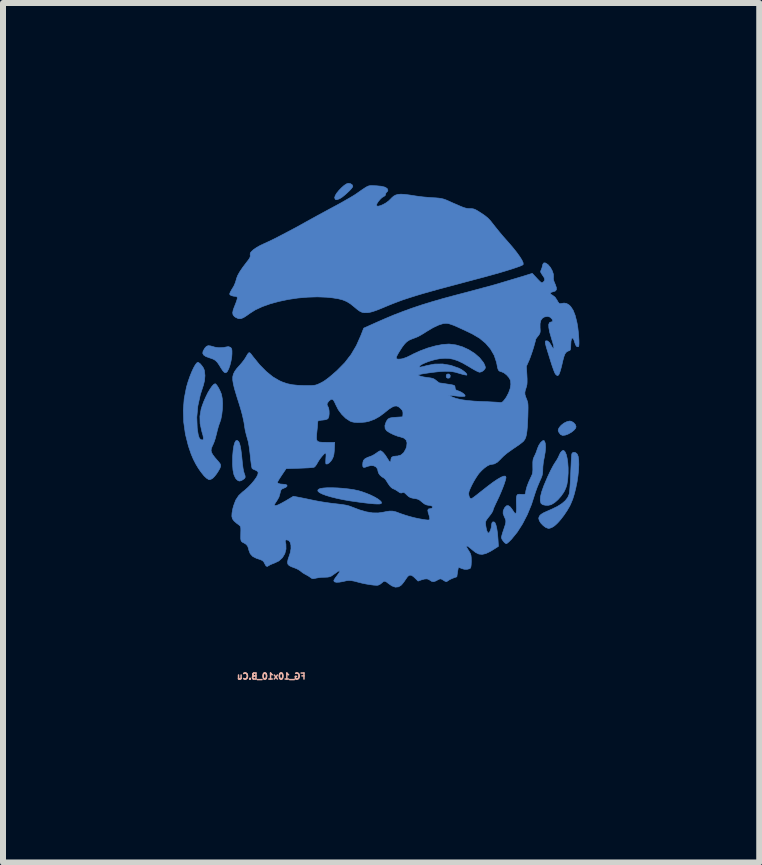
<source format=kicad_pcb>
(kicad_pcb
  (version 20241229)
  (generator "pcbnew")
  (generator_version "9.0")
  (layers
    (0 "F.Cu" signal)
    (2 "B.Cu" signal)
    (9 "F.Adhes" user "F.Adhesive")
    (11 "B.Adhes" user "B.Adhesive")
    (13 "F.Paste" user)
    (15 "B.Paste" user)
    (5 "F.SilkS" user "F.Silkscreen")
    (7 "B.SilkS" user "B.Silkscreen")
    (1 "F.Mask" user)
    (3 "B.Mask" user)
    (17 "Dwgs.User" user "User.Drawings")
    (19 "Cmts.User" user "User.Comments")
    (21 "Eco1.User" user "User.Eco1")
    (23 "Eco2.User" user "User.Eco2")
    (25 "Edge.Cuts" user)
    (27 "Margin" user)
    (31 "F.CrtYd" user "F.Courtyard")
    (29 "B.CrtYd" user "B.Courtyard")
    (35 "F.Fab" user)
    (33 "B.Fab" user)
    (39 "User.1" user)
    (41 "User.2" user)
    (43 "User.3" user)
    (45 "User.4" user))
  (footprint "FG_10x10_B.Cu"
    (layer "F.Cu")
    (at 3.351 3.167)
    (property "Reference" "FG_10x10_B.Cu" (at -1.88 5.055 180) (layer "B.SilkS") (effects (font (size 0.1 0.1) (thickness 0.025)) (justify mirror)))
    (attr through_hole)
    (fp_poly (pts (xy 1.041 0.026) (xy 1.035 0.051) (xy 1.042 0.077) (xy 1.064 0.087) (xy 1.09 0.082) (xy 1.1 0.071) (xy 1.103 0.039) (xy 1.088 0.019) (xy 1.064 0.015) (xy 1.041 0.026)) (stroke (width 0.01) (type solid)) (fill yes) (layer "B.Cu"))
    (fp_poly (pts (xy 3.049 0.81) (xy 2.998 0.835) (xy 2.952 0.871) (xy 2.921 0.907) (xy 2.905 0.937) (xy 2.902 0.959) (xy 2.911 0.983) (xy 2.914 0.988) (xy 2.94 1.024) (xy 2.975 1.04) (xy 3.02 1.035) (xy 3.067 1.018) (xy 3.121 0.988) (xy 3.164 0.954) (xy 3.192 0.921) (xy 3.2 0.896) (xy 3.189 0.861) (xy 3.161 0.829) (xy 3.124 0.806) (xy 3.095 0.8) (xy 3.049 0.81)) (stroke (width 0.01) (type solid)) (fill yes) (layer "B.Cu"))
    (fp_poly (pts (xy -0.625 -3.153) (xy -0.665 -3.127) (xy -0.708 -3.089) (xy -0.75 -3.046) (xy -0.787 -3.001) (xy -0.813 -2.959) (xy -0.823 -2.925) (xy -0.823 -2.919) (xy -0.813 -2.894) (xy -0.789 -2.888) (xy -0.75 -2.901) (xy -0.734 -2.909) (xy -0.699 -2.931) (xy -0.658 -2.964) (xy -0.615 -3.002) (xy -0.575 -3.04) (xy -0.543 -3.075) (xy -0.524 -3.102) (xy -0.521 -3.113) (xy -0.532 -3.138) (xy -0.56 -3.156) (xy -0.594 -3.162) (xy -0.625 -3.153)) (stroke (width 0.01) (type solid)) (fill yes) (layer "B.Cu"))
    (fp_poly (pts (xy -2.47 1.129) (xy -2.488 1.16) (xy -2.503 1.212) (xy -2.515 1.287) (xy -2.523 1.381) (xy -2.524 1.404) (xy -2.525 1.521) (xy -2.518 1.618) (xy -2.502 1.695) (xy -2.477 1.75) (xy -2.463 1.768) (xy -2.433 1.794) (xy -2.407 1.801) (xy -2.375 1.791) (xy -2.353 1.778) (xy -2.325 1.758) (xy -2.314 1.736) (xy -2.318 1.706) (xy -2.331 1.671) (xy -2.34 1.639) (xy -2.35 1.589) (xy -2.358 1.529) (xy -2.363 1.482) (xy -2.374 1.371) (xy -2.385 1.284) (xy -2.397 1.218) (xy -2.409 1.172) (xy -2.423 1.143) (xy -2.425 1.14) (xy -2.449 1.123) (xy -2.47 1.129)) (stroke (width 0.01) (type solid)) (fill yes) (layer "B.Cu"))
    (fp_poly (pts (xy -0.945 1.912) (xy -1.013 1.917) (xy -1.063 1.925) (xy -1.083 1.933) (xy -1.104 1.951) (xy -1.101 1.971) (xy -1.076 1.993) (xy -1.031 2.016) (xy -0.967 2.04) (xy -0.887 2.064) (xy -0.79 2.088) (xy -0.681 2.111) (xy -0.559 2.132) (xy -0.426 2.151) (xy -0.318 2.165) (xy -0.226 2.175) (xy -0.157 2.181) (xy -0.107 2.183) (xy -0.073 2.182) (xy -0.053 2.177) (xy -0.043 2.169) (xy -0.045 2.15) (xy -0.068 2.125) (xy -0.107 2.096) (xy -0.161 2.065) (xy -0.224 2.034) (xy -0.294 2.005) (xy -0.367 1.979) (xy -0.427 1.961) (xy -0.503 1.945) (xy -0.59 1.932) (xy -0.682 1.922) (xy -0.775 1.915) (xy -0.864 1.912) (xy -0.945 1.912)) (stroke (width 0.01) (type solid)) (fill yes) (layer "B.Cu"))
    (fp_poly (pts (xy -2.959 -0.445) (xy -2.983 -0.42) (xy -2.99 -0.41) (xy -3.016 -0.365) (xy -3.022 -0.329) (xy -3.007 -0.3) (xy -2.97 -0.275) (xy -2.909 -0.253) (xy -2.894 -0.248) (xy -2.849 -0.232) (xy -2.812 -0.211) (xy -2.78 -0.179) (xy -2.747 -0.132) (xy -2.72 -0.087) (xy -2.687 -0.037) (xy -2.661 -0.01) (xy -2.639 -0.004) (xy -2.617 -0.019) (xy -2.611 -0.028) (xy -2.589 -0.07) (xy -2.568 -0.13) (xy -2.551 -0.198) (xy -2.539 -0.267) (xy -2.535 -0.32) (xy -2.535 -0.369) (xy -2.539 -0.399) (xy -2.549 -0.417) (xy -2.559 -0.427) (xy -2.589 -0.439) (xy -2.61 -0.438) (xy -2.679 -0.425) (xy -2.752 -0.422) (xy -2.819 -0.431) (xy -2.839 -0.437) (xy -2.893 -0.452) (xy -2.931 -0.456) (xy -2.959 -0.445)) (stroke (width 0.01) (type solid)) (fill yes) (layer "B.Cu"))
    (fp_poly (pts (xy 2.978 1.292) (xy 2.963 1.301) (xy 2.941 1.326) (xy 2.922 1.362) (xy 2.92 1.368) (xy 2.903 1.406) (xy 2.878 1.451) (xy 2.863 1.473) (xy 2.822 1.538) (xy 2.776 1.625) (xy 2.726 1.73) (xy 2.676 1.848) (xy 2.662 1.881) (xy 2.627 1.98) (xy 2.607 2.061) (xy 2.603 2.123) (xy 2.614 2.168) (xy 2.62 2.177) (xy 2.647 2.195) (xy 2.688 2.204) (xy 2.737 2.205) (xy 2.782 2.195) (xy 2.791 2.191) (xy 2.843 2.159) (xy 2.898 2.111) (xy 2.95 2.052) (xy 2.994 1.989) (xy 3.009 1.962) (xy 3.032 1.909) (xy 3.048 1.856) (xy 3.058 1.792) (xy 3.062 1.756) (xy 3.068 1.668) (xy 3.068 1.58) (xy 3.062 1.495) (xy 3.051 1.419) (xy 3.036 1.357) (xy 3.017 1.315) (xy 3.012 1.308) (xy 2.994 1.29) (xy 2.978 1.292)) (stroke (width 0.01) (type solid)) (fill yes) (layer "B.Cu"))
    (fp_poly (pts (xy 3.14 1.33) (xy 3.131 1.343) (xy 3.127 1.362) (xy 3.124 1.402) (xy 3.12 1.46) (xy 3.117 1.531) (xy 3.113 1.613) (xy 3.111 1.664) (xy 3.107 1.752) (xy 3.103 1.834) (xy 3.098 1.907) (xy 3.093 1.965) (xy 3.088 2.004) (xy 3.086 2.016) (xy 3.062 2.073) (xy 3.022 2.126) (xy 2.965 2.175) (xy 2.888 2.224) (xy 2.788 2.272) (xy 2.729 2.298) (xy 2.662 2.328) (xy 2.617 2.355) (xy 2.59 2.383) (xy 2.579 2.413) (xy 2.578 2.426) (xy 2.589 2.463) (xy 2.616 2.505) (xy 2.654 2.544) (xy 2.695 2.574) (xy 2.735 2.589) (xy 2.746 2.59) (xy 2.768 2.585) (xy 2.8 2.573) (xy 2.8 2.573) (xy 2.843 2.545) (xy 2.893 2.499) (xy 2.946 2.439) (xy 3 2.368) (xy 3.051 2.292) (xy 3.096 2.214) (xy 3.112 2.18) (xy 3.144 2.103) (xy 3.172 2.013) (xy 3.196 1.915) (xy 3.217 1.814) (xy 3.232 1.712) (xy 3.242 1.615) (xy 3.246 1.526) (xy 3.244 1.45) (xy 3.235 1.389) (xy 3.22 1.352) (xy 3.195 1.329) (xy 3.165 1.321) (xy 3.14 1.33)) (stroke (width 0.01) (type solid)) (fill yes) (layer "B.Cu"))
    (fp_poly (pts (xy 2.641 1.131) (xy 2.61 1.158) (xy 2.58 1.204) (xy 2.556 1.26) (xy 2.551 1.276) (xy 2.537 1.318) (xy 2.516 1.366) (xy 2.507 1.384) (xy 2.492 1.417) (xy 2.483 1.448) (xy 2.479 1.487) (xy 2.479 1.54) (xy 2.479 1.557) (xy 2.48 1.614) (xy 2.477 1.654) (xy 2.47 1.687) (xy 2.455 1.721) (xy 2.443 1.746) (xy 2.408 1.823) (xy 2.38 1.898) (xy 2.363 1.964) (xy 2.36 1.988) (xy 2.356 2.01) (xy 2.347 2.02) (xy 2.326 2.023) (xy 2.289 2.022) (xy 2.25 2.02) (xy 2.228 2.024) (xy 2.216 2.037) (xy 2.211 2.049) (xy 2.206 2.076) (xy 2.204 2.12) (xy 2.205 2.173) (xy 2.206 2.194) (xy 2.208 2.255) (xy 2.206 2.302) (xy 2.201 2.33) (xy 2.2 2.331) (xy 2.192 2.341) (xy 2.181 2.338) (xy 2.165 2.319) (xy 2.141 2.282) (xy 2.105 2.234) (xy 2.073 2.211) (xy 2.044 2.211) (xy 2.017 2.236) (xy 2.006 2.251) (xy 1.986 2.297) (xy 1.984 2.34) (xy 2.002 2.39) (xy 2.007 2.4) (xy 2.021 2.432) (xy 2.029 2.459) (xy 2.029 2.488) (xy 2.021 2.526) (xy 2.004 2.578) (xy 1.994 2.608) (xy 1.977 2.659) (xy 1.964 2.704) (xy 1.957 2.735) (xy 1.956 2.742) (xy 1.964 2.768) (xy 1.984 2.799) (xy 2.008 2.827) (xy 2.031 2.843) (xy 2.038 2.845) (xy 2.054 2.836) (xy 2.081 2.813) (xy 2.115 2.779) (xy 2.125 2.769) (xy 2.22 2.652) (xy 2.308 2.514) (xy 2.388 2.359) (xy 2.457 2.191) (xy 2.502 2.051) (xy 2.525 1.98) (xy 2.553 1.903) (xy 2.583 1.831) (xy 2.593 1.808) (xy 2.618 1.752) (xy 2.634 1.709) (xy 2.642 1.672) (xy 2.645 1.632) (xy 2.645 1.613) (xy 2.647 1.56) (xy 2.654 1.495) (xy 2.665 1.431) (xy 2.668 1.419) (xy 2.685 1.321) (xy 2.692 1.238) (xy 2.687 1.174) (xy 2.68 1.15) (xy 2.668 1.127) (xy 2.653 1.125) (xy 2.641 1.131)) (stroke (width 0.01) (type solid)) (fill yes) (layer "B.Cu"))
    (fp_poly (pts (xy -3.124 -0.166) (xy -3.148 -0.133) (xy -3.176 -0.083) (xy -3.206 -0.018) (xy -3.236 0.057) (xy -3.265 0.14) (xy -3.291 0.227) (xy -3.295 0.244) (xy -3.331 0.428) (xy -3.346 0.621) (xy -3.339 0.819) (xy -3.311 1.019) (xy -3.261 1.217) (xy -3.214 1.354) (xy -3.179 1.436) (xy -3.138 1.516) (xy -3.093 1.591) (xy -3.046 1.657) (xy -3.001 1.713) (xy -2.959 1.753) (xy -2.924 1.775) (xy -2.909 1.778) (xy -2.883 1.77) (xy -2.855 1.753) (xy -2.826 1.724) (xy -2.792 1.681) (xy -2.761 1.633) (xy -2.736 1.589) (xy -2.725 1.559) (xy -2.724 1.534) (xy -2.734 1.509) (xy -2.76 1.477) (xy -2.766 1.47) (xy -2.818 1.41) (xy -2.854 1.363) (xy -2.875 1.325) (xy -2.883 1.291) (xy -2.878 1.256) (xy -2.862 1.216) (xy -2.85 1.192) (xy -2.832 1.149) (xy -2.813 1.092) (xy -2.797 1.03) (xy -2.792 1.012) (xy -2.778 0.953) (xy -2.762 0.896) (xy -2.748 0.852) (xy -2.743 0.841) (xy -2.72 0.773) (xy -2.704 0.689) (xy -2.694 0.598) (xy -2.691 0.507) (xy -2.697 0.424) (xy -2.71 0.356) (xy -2.712 0.349) (xy -2.731 0.303) (xy -2.754 0.256) (xy -2.778 0.216) (xy -2.8 0.188) (xy -2.815 0.178) (xy -2.838 0.189) (xy -2.868 0.221) (xy -2.901 0.269) (xy -2.937 0.329) (xy -2.971 0.399) (xy -3.004 0.473) (xy -3.032 0.548) (xy -3.049 0.603) (xy -3.069 0.721) (xy -3.066 0.842) (xy -3.038 0.969) (xy -3.036 0.978) (xy -3.018 1.04) (xy -3.011 1.082) (xy -3.013 1.106) (xy -3.026 1.116) (xy -3.038 1.115) (xy -3.062 1.105) (xy -3.081 1.079) (xy -3.096 1.034) (xy -3.107 0.969) (xy -3.114 0.919) (xy -3.121 0.738) (xy -3.104 0.551) (xy -3.062 0.36) (xy -3.011 0.203) (xy -2.992 0.126) (xy -2.985 0.043) (xy -2.993 -0.034) (xy -2.997 -0.051) (xy -3.013 -0.088) (xy -3.039 -0.125) (xy -3.067 -0.157) (xy -3.094 -0.176) (xy -3.104 -0.178) (xy -3.124 -0.166)) (stroke (width 0.01) (type solid)) (fill yes) (layer "B.Cu"))
    (fp_poly (pts (xy -0.239 -3.122) (xy -0.264 -3.116) (xy -0.291 -3.103) (xy -0.325 -3.082) (xy -0.37 -3.052) (xy -0.43 -3.01) (xy -0.461 -2.988) (xy -0.501 -2.962) (xy -0.559 -2.927) (xy -0.629 -2.887) (xy -0.707 -2.842) (xy -0.789 -2.797) (xy -0.821 -2.78) (xy -0.914 -2.73) (xy -1.015 -2.675) (xy -1.117 -2.62) (xy -1.213 -2.567) (xy -1.294 -2.522) (xy -1.302 -2.518) (xy -1.436 -2.443) (xy -1.567 -2.373) (xy -1.691 -2.308) (xy -1.804 -2.249) (xy -1.904 -2.2) (xy -1.987 -2.162) (xy -2.011 -2.151) (xy -2.068 -2.124) (xy -2.124 -2.092) (xy -2.169 -2.062) (xy -2.18 -2.053) (xy -2.213 -2.022) (xy -2.229 -2) (xy -2.232 -1.978) (xy -2.23 -1.967) (xy -2.23 -1.944) (xy -2.238 -1.92) (xy -2.259 -1.887) (xy -2.287 -1.851) (xy -2.354 -1.763) (xy -2.404 -1.689) (xy -2.439 -1.627) (xy -2.459 -1.575) (xy -2.463 -1.558) (xy -2.478 -1.508) (xy -2.499 -1.458) (xy -2.508 -1.441) (xy -2.54 -1.389) (xy -2.56 -1.353) (xy -2.57 -1.33) (xy -2.573 -1.316) (xy -2.569 -1.307) (xy -2.565 -1.302) (xy -2.544 -1.29) (xy -2.509 -1.281) (xy -2.498 -1.28) (xy -2.464 -1.276) (xy -2.449 -1.267) (xy -2.446 -1.249) (xy -2.446 -1.245) (xy -2.452 -1.218) (xy -2.466 -1.177) (xy -2.485 -1.128) (xy -2.49 -1.116) (xy -2.514 -1.053) (xy -2.523 -1.005) (xy -2.517 -0.97) (xy -2.495 -0.942) (xy -2.473 -0.927) (xy -2.427 -0.906) (xy -2.385 -0.906) (xy -2.343 -0.923) (xy -2.312 -0.942) (xy -2.271 -0.97) (xy -2.241 -0.992) (xy -2.147 -1.052) (xy -2.031 -1.106) (xy -1.899 -1.153) (xy -1.753 -1.193) (xy -1.597 -1.226) (xy -1.436 -1.25) (xy -1.273 -1.264) (xy -1.111 -1.269) (xy -0.955 -1.263) (xy -0.86 -1.253) (xy -0.764 -1.238) (xy -0.687 -1.218) (xy -0.622 -1.191) (xy -0.562 -1.154) (xy -0.502 -1.106) (xy -0.447 -1.06) (xy -0.405 -1.03) (xy -0.367 -1.012) (xy -0.329 -1.005) (xy -0.284 -1.006) (xy -0.273 -1.006) (xy -0.235 -1.012) (xy -0.189 -1.024) (xy -0.133 -1.043) (xy -0.061 -1.071) (xy 0.013 -1.102) (xy 0.085 -1.132) (xy 0.155 -1.16) (xy 0.226 -1.187) (xy 0.298 -1.214) (xy 0.376 -1.24) (xy 0.46 -1.267) (xy 0.553 -1.296) (xy 0.657 -1.327) (xy 0.774 -1.36) (xy 0.906 -1.397) (xy 1.056 -1.437) (xy 1.225 -1.482) (xy 1.415 -1.533) (xy 1.505 -1.557) (xy 1.66 -1.598) (xy 1.802 -1.637) (xy 1.93 -1.673) (xy 2.043 -1.707) (xy 2.139 -1.737) (xy 2.216 -1.763) (xy 2.273 -1.784) (xy 2.308 -1.8) (xy 2.319 -1.809) (xy 2.318 -1.837) (xy 2.298 -1.882) (xy 2.261 -1.941) (xy 2.209 -2.013) (xy 2.14 -2.099) (xy 2.057 -2.195) (xy 2.033 -2.222) (xy 1.979 -2.283) (xy 1.923 -2.35) (xy 1.871 -2.414) (xy 1.829 -2.467) (xy 1.822 -2.476) (xy 1.774 -2.537) (xy 1.73 -2.583) (xy 1.681 -2.623) (xy 1.642 -2.65) (xy 1.585 -2.687) (xy 1.544 -2.712) (xy 1.513 -2.728) (xy 1.487 -2.736) (xy 1.46 -2.74) (xy 1.428 -2.74) (xy 1.404 -2.741) (xy 1.381 -2.744) (xy 1.354 -2.75) (xy 1.32 -2.761) (xy 1.277 -2.778) (xy 1.22 -2.803) (xy 1.145 -2.835) (xy 1.079 -2.865) (xy 1.033 -2.885) (xy 0.994 -2.899) (xy 0.956 -2.908) (xy 0.912 -2.915) (xy 0.854 -2.92) (xy 0.806 -2.922) (xy 0.73 -2.928) (xy 0.65 -2.935) (xy 0.577 -2.944) (xy 0.527 -2.951) (xy 0.425 -2.967) (xy 0.344 -2.977) (xy 0.281 -2.981) (xy 0.232 -2.977) (xy 0.193 -2.966) (xy 0.16 -2.948) (xy 0.129 -2.921) (xy 0.113 -2.904) (xy 0.076 -2.868) (xy 0.033 -2.836) (xy -0.013 -2.81) (xy -0.056 -2.791) (xy -0.093 -2.781) (xy -0.118 -2.783) (xy -0.127 -2.798) (xy -0.118 -2.824) (xy -0.096 -2.859) (xy -0.066 -2.894) (xy -0.035 -2.924) (xy -0.011 -2.938) (xy 0.018 -2.957) (xy 0.025 -2.98) (xy 0.033 -3.005) (xy 0.044 -3.014) (xy 0.06 -3.032) (xy 0.064 -3.047) (xy 0.051 -3.076) (xy 0.015 -3.098) (xy -0.046 -3.113) (xy -0.13 -3.121) (xy -0.14 -3.121) (xy -0.181 -3.123) (xy -0.213 -3.124) (xy -0.239 -3.122)) (stroke (width 0.01) (type solid)) (fill yes) (layer "B.Cu"))
    (fp_poly (pts (xy 2.647 -1.814) (xy 2.641 -1.791) (xy 2.631 -1.751) (xy 2.617 -1.716) (xy 2.617 -1.716) (xy 2.609 -1.696) (xy 2.612 -1.677) (xy 2.628 -1.65) (xy 2.64 -1.632) (xy 2.668 -1.59) (xy 2.678 -1.561) (xy 2.672 -1.537) (xy 2.654 -1.517) (xy 2.641 -1.507) (xy 2.629 -1.504) (xy 2.614 -1.512) (xy 2.59 -1.534) (xy 2.555 -1.57) (xy 2.549 -1.577) (xy 2.47 -1.661) (xy 2.33 -1.617) (xy 1.853 -1.474) (xy 1.397 -1.351) (xy 1.175 -1.293) (xy 0.975 -1.239) (xy 0.793 -1.186) (xy 0.624 -1.134) (xy 0.466 -1.081) (xy 0.315 -1.026) (xy 0.167 -0.969) (xy 0.019 -0.907) (xy -0.127 -0.843) (xy -0.339 -0.748) (xy -0.387 -0.625) (xy -0.461 -0.458) (xy -0.549 -0.309) (xy -0.653 -0.174) (xy -0.778 -0.047) (xy -0.792 -0.034) (xy -0.863 0.028) (xy -0.92 0.076) (xy -0.968 0.112) (xy -1.01 0.141) (xy -1.053 0.164) (xy -1.075 0.175) (xy -1.107 0.189) (xy -1.135 0.199) (xy -1.166 0.205) (xy -1.205 0.208) (xy -1.258 0.209) (xy -1.321 0.209) (xy -1.435 0.205) (xy -1.531 0.195) (xy -1.616 0.177) (xy -1.697 0.149) (xy -1.748 0.126) (xy -1.855 0.063) (xy -1.963 -0.025) (xy -2.074 -0.137) (xy -2.185 -0.274) (xy -2.191 -0.282) (xy -2.219 -0.319) (xy -2.238 -0.338) (xy -2.254 -0.338) (xy -2.271 -0.319) (xy -2.295 -0.279) (xy -2.305 -0.261) (xy -2.331 -0.221) (xy -2.368 -0.173) (xy -2.409 -0.125) (xy -2.416 -0.118) (xy -2.459 -0.069) (xy -2.49 -0.025) (xy -2.511 0.018) (xy -2.522 0.064) (xy -2.522 0.118) (xy -2.512 0.182) (xy -2.493 0.261) (xy -2.464 0.358) (xy -2.451 0.401) (xy -2.414 0.517) (xy -2.385 0.613) (xy -2.363 0.694) (xy -2.347 0.763) (xy -2.334 0.826) (xy -2.325 0.885) (xy -2.325 0.889) (xy -2.314 0.954) (xy -2.297 1.025) (xy -2.281 1.081) (xy -2.263 1.146) (xy -2.248 1.229) (xy -2.235 1.333) (xy -2.23 1.377) (xy -2.223 1.446) (xy -2.215 1.507) (xy -2.208 1.555) (xy -2.201 1.585) (xy -2.198 1.592) (xy -2.177 1.605) (xy -2.145 1.618) (xy -2.143 1.619) (xy -2.109 1.638) (xy -2.098 1.66) (xy -2.104 1.692) (xy -2.126 1.737) (xy -2.163 1.789) (xy -2.21 1.846) (xy -2.264 1.902) (xy -2.323 1.955) (xy -2.359 1.983) (xy -2.423 2.043) (xy -2.472 2.117) (xy -2.507 2.21) (xy -2.521 2.262) (xy -2.534 2.333) (xy -2.537 2.387) (xy -2.527 2.429) (xy -2.501 2.465) (xy -2.458 2.503) (xy -2.419 2.532) (xy -2.402 2.546) (xy -2.392 2.561) (xy -2.388 2.586) (xy -2.387 2.625) (xy -2.388 2.653) (xy -2.389 2.717) (xy -2.389 2.76) (xy -2.385 2.788) (xy -2.377 2.806) (xy -2.362 2.819) (xy -2.34 2.83) (xy -2.337 2.832) (xy -2.298 2.856) (xy -2.274 2.885) (xy -2.259 2.926) (xy -2.254 2.951) (xy -2.231 3.011) (xy -2.189 3.057) (xy -2.126 3.089) (xy -2.11 3.094) (xy -2.059 3.111) (xy -2.025 3.127) (xy -2.004 3.149) (xy -1.987 3.181) (xy -1.985 3.185) (xy -1.967 3.216) (xy -1.946 3.224) (xy -1.92 3.209) (xy -1.919 3.208) (xy -1.896 3.195) (xy -1.858 3.179) (xy -1.829 3.168) (xy -1.753 3.132) (xy -1.694 3.078) (xy -1.654 3.011) (xy -1.634 2.934) (xy -1.636 2.85) (xy -1.646 2.81) (xy -1.648 2.789) (xy -1.633 2.782) (xy -1.621 2.781) (xy -1.587 2.792) (xy -1.564 2.823) (xy -1.552 2.869) (xy -1.551 2.928) (xy -1.563 2.994) (xy -1.576 3.035) (xy -1.599 3.102) (xy -1.609 3.15) (xy -1.604 3.184) (xy -1.582 3.209) (xy -1.543 3.229) (xy -1.499 3.245) (xy -1.452 3.264) (xy -1.409 3.288) (xy -1.391 3.302) (xy -1.353 3.332) (xy -1.312 3.356) (xy -1.308 3.358) (xy -1.267 3.38) (xy -1.23 3.405) (xy -1.229 3.406) (xy -1.205 3.423) (xy -1.183 3.428) (xy -1.152 3.423) (xy -1.136 3.419) (xy -1.092 3.411) (xy -1.037 3.405) (xy -0.992 3.404) (xy -0.942 3.402) (xy -0.908 3.396) (xy -0.877 3.383) (xy -0.843 3.359) (xy -0.805 3.333) (xy -0.774 3.311) (xy -0.759 3.302) (xy -0.74 3.295) (xy -0.738 3.305) (xy -0.751 3.331) (xy -0.779 3.37) (xy -0.787 3.381) (xy -0.814 3.417) (xy -0.832 3.447) (xy -0.838 3.462) (xy -0.827 3.48) (xy -0.795 3.488) (xy -0.746 3.486) (xy -0.682 3.475) (xy -0.678 3.474) (xy -0.628 3.462) (xy -0.586 3.458) (xy -0.545 3.46) (xy -0.496 3.469) (xy -0.432 3.486) (xy -0.369 3.502) (xy -0.301 3.516) (xy -0.234 3.527) (xy -0.174 3.535) (xy -0.127 3.538) (xy -0.102 3.537) (xy -0.068 3.522) (xy -0.037 3.498) (xy -0.01 3.475) (xy 0.014 3.47) (xy 0.042 3.484) (xy 0.066 3.503) (xy 0.13 3.548) (xy 0.188 3.569) (xy 0.24 3.564) (xy 0.281 3.54) (xy 0.306 3.514) (xy 0.336 3.475) (xy 0.36 3.439) (xy 0.393 3.392) (xy 0.422 3.37) (xy 0.452 3.37) (xy 0.487 3.391) (xy 0.515 3.417) (xy 0.567 3.468) (xy 0.621 3.448) (xy 0.677 3.433) (xy 0.718 3.431) (xy 0.752 3.445) (xy 0.765 3.454) (xy 0.797 3.474) (xy 0.827 3.478) (xy 0.864 3.465) (xy 0.889 3.451) (xy 0.923 3.434) (xy 0.945 3.431) (xy 0.965 3.439) (xy 0.997 3.459) (xy 1.015 3.47) (xy 1.038 3.478) (xy 1.059 3.467) (xy 1.065 3.463) (xy 1.091 3.445) (xy 1.131 3.426) (xy 1.151 3.418) (xy 1.213 3.396) (xy 1.224 3.321) (xy 1.231 3.28) (xy 1.237 3.25) (xy 1.24 3.24) (xy 1.252 3.242) (xy 1.279 3.252) (xy 1.29 3.257) (xy 1.336 3.271) (xy 1.384 3.272) (xy 1.424 3.262) (xy 1.44 3.251) (xy 1.447 3.232) (xy 1.452 3.195) (xy 1.454 3.146) (xy 1.454 3.133) (xy 1.453 3.079) (xy 1.449 3.041) (xy 1.44 3.011) (xy 1.423 2.98) (xy 1.413 2.964) (xy 1.391 2.929) (xy 1.376 2.902) (xy 1.372 2.891) (xy 1.38 2.882) (xy 1.403 2.893) (xy 1.441 2.922) (xy 1.469 2.946) (xy 1.526 2.991) (xy 1.58 3.017) (xy 1.635 3.023) (xy 1.696 3.009) (xy 1.766 2.976) (xy 1.808 2.951) (xy 1.906 2.889) (xy 1.899 2.769) (xy 1.891 2.672) (xy 1.879 2.593) (xy 1.865 2.533) (xy 1.849 2.495) (xy 1.838 2.484) (xy 1.814 2.48) (xy 1.798 2.498) (xy 1.791 2.536) (xy 1.791 2.544) (xy 1.786 2.578) (xy 1.775 2.616) (xy 1.76 2.648) (xy 1.745 2.666) (xy 1.74 2.667) (xy 1.725 2.655) (xy 1.71 2.621) (xy 1.699 2.568) (xy 1.694 2.536) (xy 1.691 2.503) (xy 1.693 2.478) (xy 1.703 2.454) (xy 1.724 2.424) (xy 1.751 2.39) (xy 1.782 2.35) (xy 1.805 2.314) (xy 1.816 2.291) (xy 1.816 2.287) (xy 1.822 2.267) (xy 1.833 2.239) (xy 0.81 2.239) (xy 0.796 2.254) (xy 0.767 2.261) (xy 0.74 2.266) (xy 0.729 2.285) (xy 0.734 2.321) (xy 0.743 2.348) (xy 0.755 2.388) (xy 0.761 2.421) (xy 0.762 2.429) (xy 0.76 2.443) (xy 0.75 2.449) (xy 0.726 2.45) (xy 0.687 2.446) (xy 0.641 2.439) (xy 0.58 2.428) (xy 0.515 2.414) (xy 0.486 2.407) (xy 0.418 2.389) (xy 0.346 2.367) (xy 0.281 2.345) (xy 0.262 2.338) (xy 0.198 2.314) (xy 0.145 2.302) (xy 0.093 2.301) (xy 0.033 2.31) (xy -0.009 2.319) (xy -0.098 2.332) (xy -0.191 2.331) (xy -0.293 2.314) (xy -0.406 2.282) (xy -0.535 2.233) (xy -0.54 2.231) (xy -0.583 2.215) (xy -0.636 2.202) (xy -0.703 2.191) (xy -0.788 2.181) (xy -0.806 2.179) (xy -0.891 2.169) (xy -0.982 2.156) (xy -1.07 2.142) (xy -1.144 2.128) (xy -1.149 2.127) (xy -1.222 2.112) (xy -1.297 2.096) (xy -1.366 2.082) (xy -1.406 2.074) (xy -1.511 2.054) (xy -1.642 2.132) (xy -1.716 2.173) (xy -1.771 2.2) (xy -1.808 2.21) (xy -1.826 2.206) (xy -1.824 2.186) (xy -1.802 2.151) (xy -1.789 2.133) (xy -1.752 2.069) (xy -1.735 2.01) (xy -1.725 1.968) (xy -1.714 1.944) (xy -1.697 1.93) (xy -1.679 1.923) (xy -1.637 1.905) (xy -1.617 1.885) (xy -1.619 1.868) (xy -1.643 1.857) (xy -1.674 1.854) (xy -1.726 1.85) (xy -1.762 1.841) (xy -1.777 1.827) (xy -1.778 1.824) (xy -1.771 1.808) (xy -1.753 1.776) (xy -1.726 1.734) (xy -1.705 1.702) (xy -1.632 1.594) (xy -1.41 1.587) (xy -1.336 1.584) (xy -1.269 1.581) (xy -1.216 1.577) (xy -1.179 1.573) (xy -1.165 1.57) (xy -1.146 1.553) (xy -1.123 1.521) (xy -1.112 1.5) (xy -1.088 1.46) (xy -1.058 1.417) (xy -1.027 1.379) (xy -0.999 1.349) (xy -0.979 1.334) (xy -0.975 1.333) (xy -0.968 1.346) (xy -0.967 1.382) (xy -0.97 1.422) (xy -0.972 1.466) (xy -0.972 1.5) (xy -0.968 1.516) (xy -0.968 1.516) (xy -0.945 1.516) (xy -0.916 1.499) (xy -0.886 1.468) (xy -0.864 1.435) (xy -0.847 1.398) (xy -0.836 1.356) (xy -0.83 1.302) (xy -0.828 1.267) (xy -0.822 1.156) (xy -0.955 1.156) (xy -1.026 1.155) (xy -1.075 1.151) (xy -1.106 1.14) (xy -1.122 1.118) (xy -1.127 1.082) (xy -1.124 1.026) (xy -1.119 0.976) (xy -1.113 0.916) (xy -1.109 0.865) (xy -1.106 0.827) (xy -1.105 0.81) (xy -1.099 0.798) (xy -1.077 0.791) (xy -1.036 0.785) (xy -1.027 0.785) (xy -0.976 0.778) (xy -0.945 0.767) (xy -0.932 0.755) (xy -0.92 0.725) (xy -0.915 0.68) (xy -0.916 0.631) (xy -0.923 0.588) (xy -0.933 0.564) (xy -0.95 0.532) (xy -0.946 0.502) (xy -0.92 0.469) (xy -0.914 0.463) (xy -0.886 0.441) (xy -0.863 0.437) (xy -0.843 0.453) (xy -0.822 0.49) (xy -0.807 0.524) (xy -0.763 0.611) (xy -0.705 0.689) (xy -0.639 0.754) (xy -0.569 0.8) (xy -0.542 0.812) (xy -0.499 0.821) (xy -0.44 0.825) (xy -0.374 0.823) (xy -0.309 0.817) (xy -0.254 0.805) (xy -0.253 0.805) (xy -0.16 0.771) (xy -0.076 0.724) (xy 0.009 0.661) (xy 0.014 0.656) (xy 0.08 0.603) (xy 0.133 0.569) (xy 0.175 0.551) (xy 0.212 0.55) (xy 0.245 0.565) (xy 0.275 0.59) (xy 0.303 0.621) (xy 0.314 0.648) (xy 0.315 0.682) (xy 0.315 0.682) (xy 0.311 0.73) (xy 0.202 0.737) (xy 0.14 0.742) (xy 0.098 0.75) (xy 0.069 0.765) (xy 0.049 0.789) (xy 0.033 0.818) (xy 0.014 0.877) (xy 0.018 0.925) (xy 0.043 0.962) (xy 0.046 0.964) (xy 0.095 0.996) (xy 0.158 1.027) (xy 0.223 1.052) (xy 0.275 1.066) (xy 0.332 1.085) (xy 0.368 1.117) (xy 0.383 1.163) (xy 0.377 1.222) (xy 0.362 1.267) (xy 0.327 1.328) (xy 0.281 1.367) (xy 0.222 1.384) (xy 0.205 1.384) (xy 0.156 1.389) (xy 0.127 1.404) (xy 0.115 1.433) (xy 0.114 1.45) (xy 0.111 1.478) (xy 0.099 1.483) (xy 0.081 1.463) (xy 0.057 1.426) (xy 0.023 1.372) (xy -0.011 1.33) (xy -0.041 1.303) (xy -0.061 1.295) (xy -0.081 1.303) (xy -0.111 1.322) (xy -0.127 1.334) (xy -0.166 1.36) (xy -0.206 1.381) (xy -0.218 1.386) (xy -0.279 1.408) (xy -0.319 1.43) (xy -0.343 1.456) (xy -0.353 1.491) (xy -0.356 1.531) (xy -0.353 1.56) (xy -0.341 1.573) (xy -0.316 1.571) (xy -0.273 1.555) (xy -0.273 1.555) (xy -0.218 1.542) (xy -0.169 1.547) (xy -0.131 1.568) (xy -0.107 1.603) (xy -0.102 1.633) (xy -0.092 1.667) (xy -0.067 1.703) (xy -0.034 1.732) (xy -0.018 1.74) (xy 0.01 1.759) (xy 0.033 1.787) (xy 0.07 1.846) (xy 0.099 1.886) (xy 0.123 1.911) (xy 0.145 1.926) (xy 0.154 1.929) (xy 0.188 1.945) (xy 0.226 1.969) (xy 0.234 1.975) (xy 0.265 1.996) (xy 0.287 2) (xy 0.303 1.995) (xy 0.321 1.989) (xy 0.34 1.996) (xy 0.365 2.018) (xy 0.378 2.031) (xy 0.412 2.061) (xy 0.444 2.078) (xy 0.486 2.088) (xy 0.502 2.09) (xy 0.551 2.099) (xy 0.588 2.115) (xy 0.625 2.144) (xy 0.63 2.149) (xy 0.672 2.182) (xy 0.71 2.199) (xy 0.738 2.204) (xy 0.774 2.209) (xy 0.799 2.218) (xy 0.803 2.221) (xy 0.81 2.239) (xy 1.833 2.239) (xy 1.837 2.231) (xy 1.859 2.182) (xy 1.886 2.126) (xy 1.886 2.126) (xy 1.918 2.058) (xy 1.949 1.986) (xy 1.978 1.915) (xy 2.003 1.848) (xy 2.021 1.792) (xy 2.031 1.751) (xy 2.032 1.738) (xy 2.023 1.719) (xy 1.997 1.718) (xy 1.953 1.735) (xy 1.893 1.769) (xy 1.817 1.82) (xy 1.725 1.889) (xy 1.617 1.974) (xy 1.594 1.992) (xy 1.545 2.031) (xy 1.503 2.063) (xy 1.47 2.086) (xy 1.453 2.095) (xy 1.452 2.095) (xy 1.432 2.084) (xy 1.417 2.055) (xy 1.41 2.014) (xy 1.41 2.008) (xy 1.416 1.975) (xy 1.435 1.927) (xy 1.462 1.869) (xy 1.495 1.807) (xy 1.531 1.747) (xy 1.567 1.693) (xy 1.581 1.674) (xy 1.626 1.625) (xy 1.675 1.581) (xy 1.723 1.547) (xy 1.765 1.527) (xy 1.785 1.524) (xy 1.837 1.515) (xy 1.889 1.486) (xy 1.942 1.435) (xy 1.949 1.427) (xy 1.993 1.383) (xy 2.054 1.332) (xy 2.127 1.28) (xy 2.151 1.263) (xy 2.207 1.225) (xy 2.259 1.189) (xy 2.299 1.158) (xy 2.325 1.136) (xy 2.326 1.134) (xy 2.345 1.108) (xy 2.361 1.074) (xy 2.373 1.027) (xy 2.382 0.965) (xy 2.389 0.886) (xy 2.394 0.786) (xy 2.397 0.724) (xy 2.399 0.641) (xy 2.4 0.579) (xy 2.399 0.533) (xy 2.396 0.5) (xy 2.39 0.475) (xy 2.382 0.453) (xy 2.382 0.451) (xy 2.36 0.397) (xy 2.348 0.357) (xy 2.347 0.323) (xy 2.354 0.286) (xy 2.364 0.257) (xy 2.375 0.221) (xy 2.382 0.188) (xy 2.382 0.188) (xy 2.113 0.188) (xy 2.102 0.258) (xy 2.075 0.333) (xy 2.036 0.406) (xy 1.999 0.456) (xy 1.973 0.483) (xy 1.949 0.492) (xy 1.925 0.491) (xy 1.9 0.488) (xy 1.854 0.485) (xy 1.793 0.482) (xy 1.722 0.478) (xy 1.657 0.476) (xy 1.509 0.469) (xy 1.384 0.458) (xy 1.281 0.443) (xy 1.199 0.423) (xy 1.137 0.4) (xy 1.137 0.4) (xy 1.073 0.369) (xy 1.124 0.375) (xy 1.211 0.384) (xy 1.274 0.39) (xy 1.318 0.391) (xy 1.343 0.388) (xy 1.351 0.383) (xy 1.348 0.368) (xy 1.327 0.346) (xy 1.295 0.324) (xy 1.258 0.305) (xy 1.232 0.296) (xy 1.201 0.284) (xy 1.187 0.265) (xy 1.184 0.244) (xy 1.182 0.227) (xy 1.178 0.215) (xy 1.168 0.207) (xy 1.148 0.2) (xy 1.113 0.193) (xy 1.06 0.185) (xy 1.016 0.178) (xy 0.972 0.171) (xy 0.939 0.167) (xy 0.924 0.165) (xy 0.91 0.157) (xy 0.885 0.138) (xy 0.87 0.126) (xy 0.843 0.105) (xy 0.815 0.091) (xy 0.777 0.082) (xy 0.723 0.075) (xy 0.663 0.066) (xy 0.616 0.056) (xy 0.585 0.045) (xy 0.573 0.035) (xy 0.574 0.031) (xy 0.592 0.024) (xy 0.629 0.016) (xy 0.682 0.007) (xy 0.745 -0.002) (xy 0.812 -0.011) (xy 0.88 -0.019) (xy 0.942 -0.025) (xy 0.994 -0.028) (xy 1.01 -0.029) (xy 1.079 -0.028) (xy 1.135 -0.023) (xy 1.189 -0.013) (xy 1.254 0.006) (xy 1.254 0.006) (xy 1.305 0.021) (xy 1.347 0.031) (xy 1.374 0.035) (xy 1.38 0.034) (xy 1.379 0.019) (xy 1.361 -0.004) (xy 1.329 -0.031) (xy 1.29 -0.058) (xy 1.246 -0.081) (xy 1.246 -0.081) (xy 1.112 -0.128) (xy 0.976 -0.151) (xy 0.84 -0.149) (xy 0.707 -0.123) (xy 0.704 -0.122) (xy 0.656 -0.109) (xy 0.618 -0.101) (xy 0.595 -0.098) (xy 0.592 -0.099) (xy 0.587 -0.111) (xy 0.604 -0.128) (xy 0.637 -0.148) (xy 0.683 -0.169) (xy 0.739 -0.191) (xy 0.8 -0.21) (xy 0.863 -0.227) (xy 0.924 -0.238) (xy 0.938 -0.24) (xy 1.015 -0.246) (xy 1.087 -0.243) (xy 1.157 -0.229) (xy 1.231 -0.204) (xy 1.313 -0.165) (xy 1.407 -0.111) (xy 1.453 -0.083) (xy 1.503 -0.054) (xy 1.548 -0.03) (xy 1.581 -0.016) (xy 1.594 -0.013) (xy 1.629 -0.022) (xy 1.661 -0.045) (xy 1.684 -0.074) (xy 1.689 -0.094) (xy 1.682 -0.12) (xy 1.666 -0.157) (xy 1.653 -0.179) (xy 1.591 -0.256) (xy 1.509 -0.327) (xy 1.412 -0.388) (xy 1.308 -0.436) (xy 1.2 -0.468) (xy 1.094 -0.482) (xy 1.077 -0.483) (xy 0.972 -0.475) (xy 0.854 -0.452) (xy 0.729 -0.417) (xy 0.603 -0.37) (xy 0.482 -0.315) (xy 0.451 -0.298) (xy 0.374 -0.261) (xy 0.31 -0.239) (xy 0.284 -0.234) (xy 0.239 -0.231) (xy 0.213 -0.235) (xy 0.203 -0.249) (xy 0.209 -0.276) (xy 0.231 -0.318) (xy 0.258 -0.363) (xy 0.303 -0.433) (xy 0.342 -0.484) (xy 0.378 -0.52) (xy 0.416 -0.546) (xy 0.461 -0.566) (xy 0.471 -0.57) (xy 0.523 -0.589) (xy 0.57 -0.609) (xy 0.617 -0.635) (xy 0.673 -0.669) (xy 0.712 -0.694) (xy 0.818 -0.757) (xy 0.91 -0.8) (xy 0.986 -0.824) (xy 1.029 -0.828) (xy 1.054 -0.827) (xy 1.084 -0.821) (xy 1.121 -0.809) (xy 1.168 -0.792) (xy 1.227 -0.766) (xy 1.301 -0.732) (xy 1.393 -0.689) (xy 1.473 -0.65) (xy 1.592 -0.58) (xy 1.693 -0.496) (xy 1.775 -0.4) (xy 1.836 -0.294) (xy 1.874 -0.179) (xy 1.881 -0.146) (xy 1.891 -0.091) (xy 1.902 -0.057) (xy 1.916 -0.036) (xy 1.937 -0.026) (xy 1.956 -0.021) (xy 1.998 -0.003) (xy 2.043 0.032) (xy 2.081 0.075) (xy 2.106 0.12) (xy 2.108 0.127) (xy 2.113 0.188) (xy 2.382 0.188) (xy 2.384 0.149) (xy 2.384 0.098) (xy 2.381 0.037) (xy 2.372 -0.111) (xy 2.418 -0.214) (xy 2.434 -0.255) (xy 2.453 -0.308) (xy 2.474 -0.369) (xy 2.493 -0.43) (xy 2.509 -0.486) (xy 2.521 -0.531) (xy 2.527 -0.56) (xy 2.527 -0.563) (xy 2.535 -0.575) (xy 2.553 -0.6) (xy 2.567 -0.617) (xy 2.588 -0.646) (xy 2.599 -0.67) (xy 2.603 -0.7) (xy 2.601 -0.744) (xy 2.6 -0.751) (xy 2.6 -0.823) (xy 2.612 -0.876) (xy 2.638 -0.913) (xy 2.672 -0.934) (xy 2.724 -0.944) (xy 2.768 -0.931) (xy 2.799 -0.9) (xy 2.812 -0.871) (xy 2.804 -0.855) (xy 2.782 -0.851) (xy 2.757 -0.84) (xy 2.744 -0.809) (xy 2.746 -0.756) (xy 2.76 -0.681) (xy 2.788 -0.585) (xy 2.788 -0.583) (xy 2.81 -0.513) (xy 2.824 -0.459) (xy 2.829 -0.423) (xy 2.828 -0.406) (xy 2.818 -0.409) (xy 2.8 -0.435) (xy 2.79 -0.454) (xy 2.758 -0.506) (xy 2.727 -0.534) (xy 2.699 -0.537) (xy 2.692 -0.533) (xy 2.687 -0.525) (xy 2.687 -0.509) (xy 2.692 -0.48) (xy 2.703 -0.436) (xy 2.722 -0.373) (xy 2.742 -0.309) (xy 2.772 -0.212) (xy 2.796 -0.136) (xy 2.816 -0.079) (xy 2.831 -0.038) (xy 2.843 -0.008) (xy 2.853 0.012) (xy 2.863 0.025) (xy 2.87 0.031) (xy 2.888 0.044) (xy 2.903 0.037) (xy 2.912 0.029) (xy 2.922 0.008) (xy 2.936 -0.032) (xy 2.951 -0.085) (xy 2.964 -0.137) (xy 2.982 -0.215) (xy 2.998 -0.273) (xy 3.013 -0.313) (xy 3.03 -0.34) (xy 3.051 -0.358) (xy 3.078 -0.37) (xy 3.089 -0.373) (xy 3.101 -0.382) (xy 3.108 -0.4) (xy 3.111 -0.436) (xy 3.112 -0.466) (xy 3.115 -0.526) (xy 3.123 -0.565) (xy 3.135 -0.583) (xy 3.15 -0.578) (xy 3.165 -0.55) (xy 3.176 -0.514) (xy 3.193 -0.467) (xy 3.213 -0.44) (xy 3.235 -0.437) (xy 3.24 -0.439) (xy 3.246 -0.456) (xy 3.249 -0.493) (xy 3.248 -0.546) (xy 3.244 -0.609) (xy 3.238 -0.679) (xy 3.23 -0.751) (xy 3.219 -0.819) (xy 3.213 -0.85) (xy 3.185 -0.961) (xy 3.151 -1.047) (xy 3.11 -1.109) (xy 3.081 -1.136) (xy 3.042 -1.159) (xy 3 -1.166) (xy 2.947 -1.158) (xy 2.934 -1.155) (xy 2.917 -1.162) (xy 2.894 -1.193) (xy 2.884 -1.213) (xy 2.85 -1.264) (xy 2.812 -1.293) (xy 2.81 -1.295) (xy 2.778 -1.314) (xy 2.771 -1.332) (xy 2.789 -1.347) (xy 2.813 -1.353) (xy 2.853 -1.366) (xy 2.872 -1.388) (xy 2.872 -1.423) (xy 2.855 -1.473) (xy 2.851 -1.482) (xy 2.83 -1.533) (xy 2.822 -1.573) (xy 2.824 -1.6) (xy 2.822 -1.648) (xy 2.803 -1.704) (xy 2.773 -1.759) (xy 2.734 -1.805) (xy 2.728 -1.81) (xy 2.691 -1.834) (xy 2.664 -1.836) (xy 2.647 -1.814)) (stroke (width 0.01) (type solid)) (fill yes) (layer "B.Cu")))
  (gr_rect
    (start -3 -3)
    (end 9.604 11.324)
    (stroke (width 0.1) (type default))
    (fill no)
    (layer "Edge.Cuts")))
</source>
